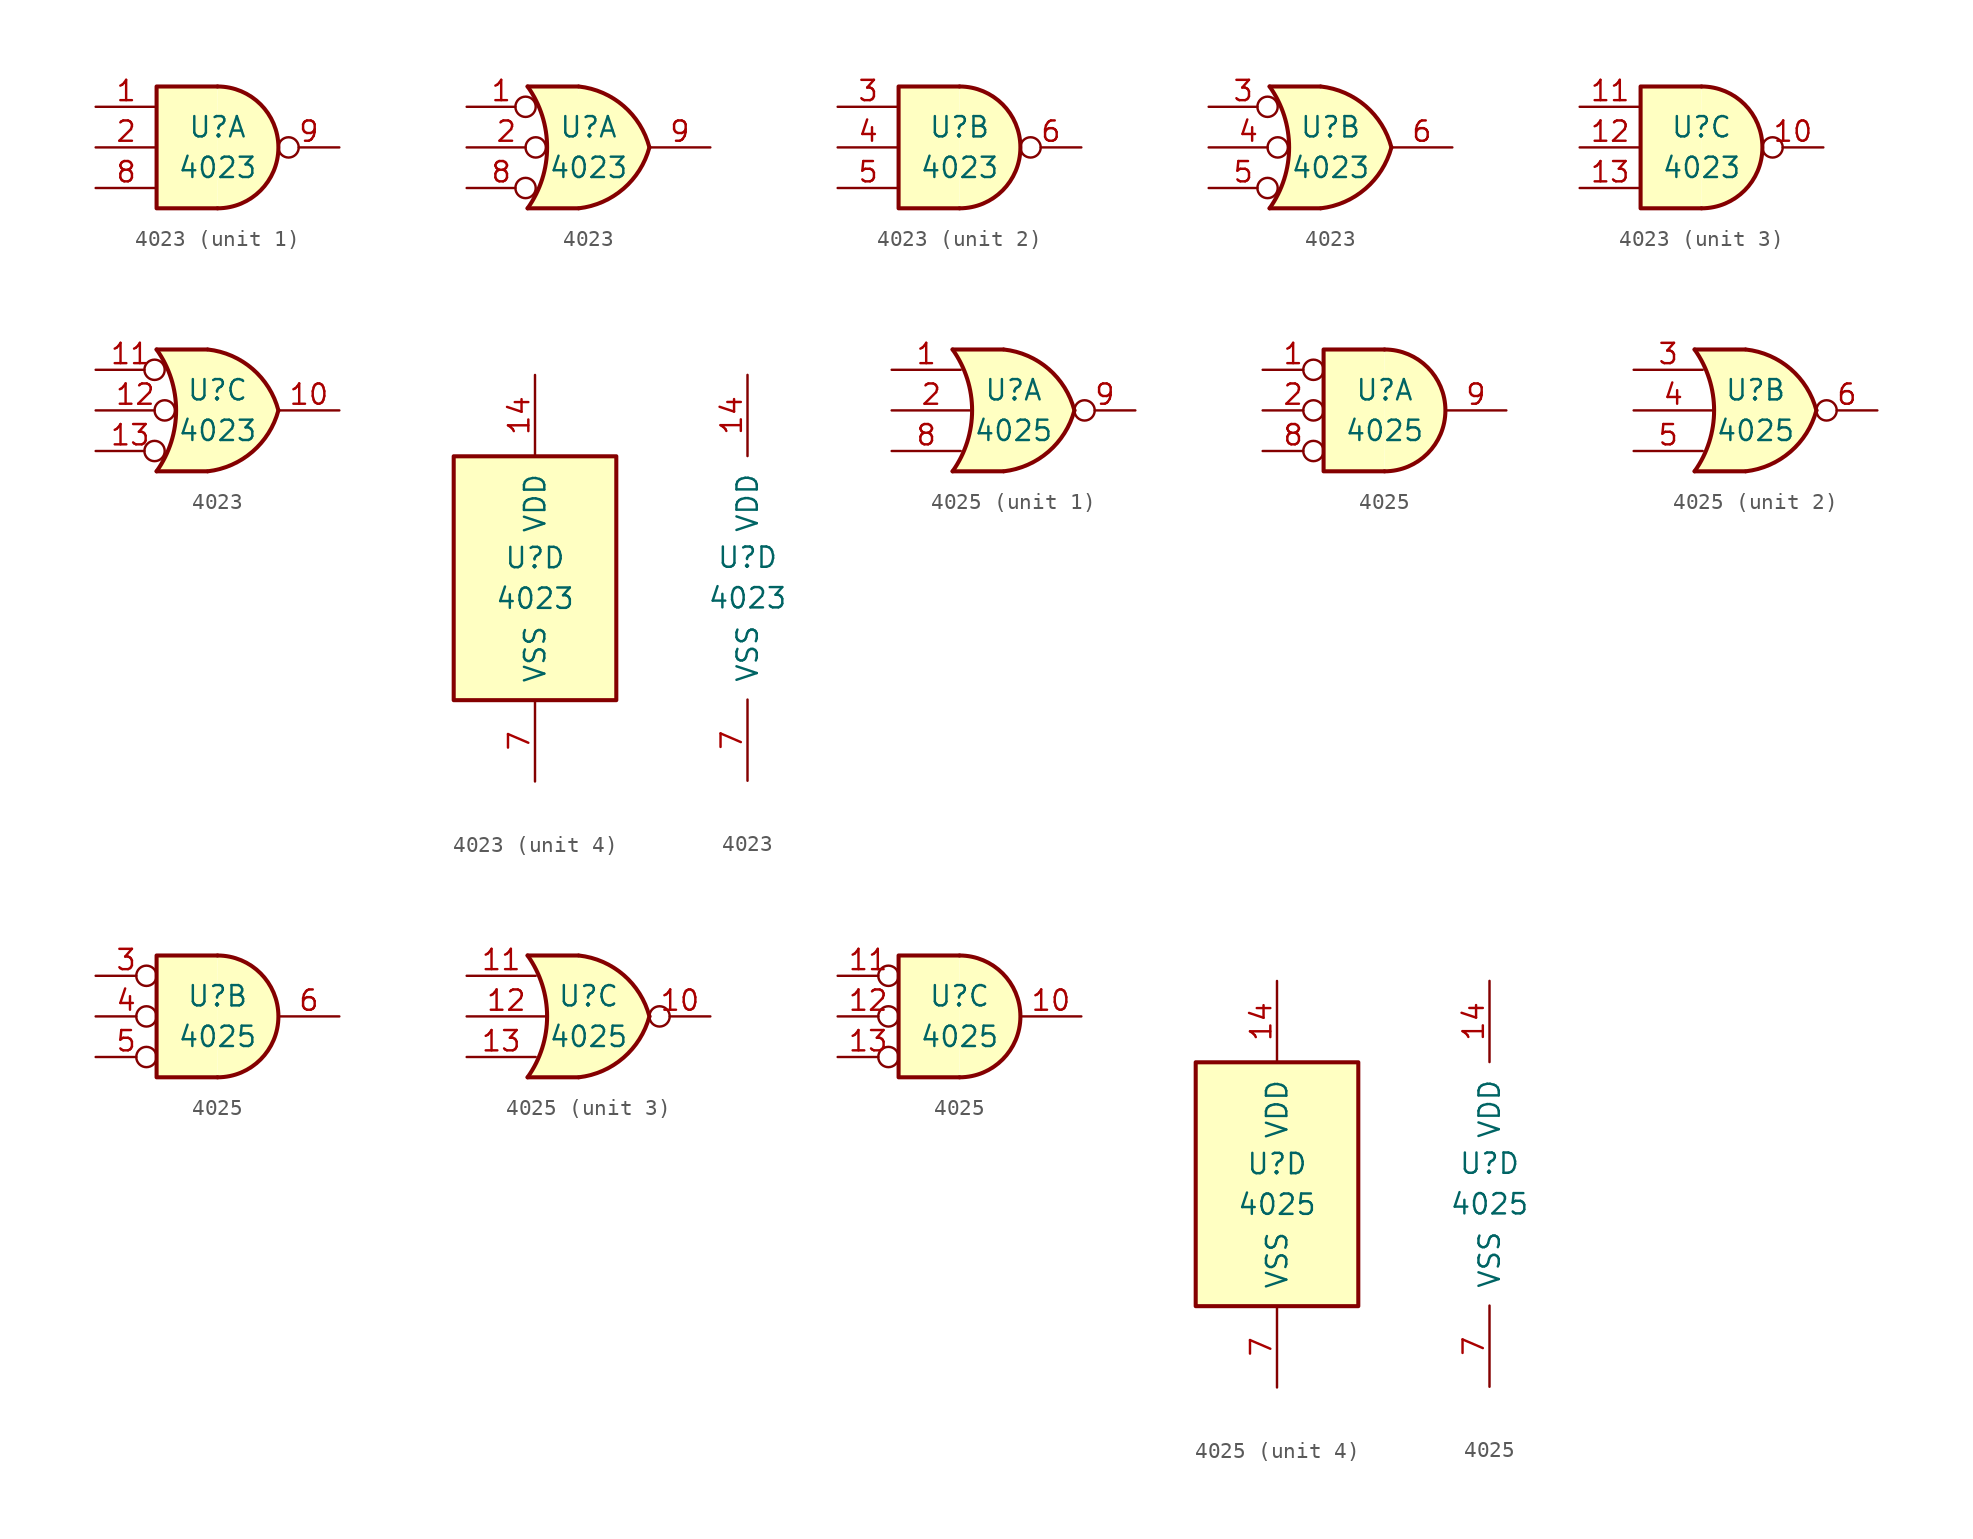
<source format=kicad_sym>
(kicad_symbol_lib
  (version 20241209)
  (generator "kicad_symbol_editor")
  (generator_version "9.0")
  (symbol "4023"
    (pin_names
      (offset 1.016))
    (property "Reference" "U"
      (at 0 1.27 0)
      (effects (font (size 1.27 1.27))))
    (property "Value" "4023"
      (at 0 -1.27 0)
      (effects (font (size 1.27 1.27))))
    (property "ki_locked" ""
      (at 0 0 0)
      (effects (font (size 1.27 1.27))))
    (symbol "4023_1_1"
      (arc (start 0 3.81) (mid 3.7934 0) (end 0 -3.81) (stroke (width 0.254) (type default)) (fill (type background)))
      (polyline (pts (xy 0 3.81) (xy -3.81 3.81) (xy -3.81 -3.81) (xy 0 -3.81)) (stroke (width 0.254) (type default)) (fill (type background)))
      (pin input line (at -7.62 2.54 0) (length 3.81) (name "~" (effects (font (size 1.27 1.27)))) (number "1" (effects (font (size 1.27 1.27)))))
      (pin input line (at -7.62 0 0) (length 3.81) (name "~" (effects (font (size 1.27 1.27)))) (number "2" (effects (font (size 1.27 1.27)))))
      (pin input line (at -7.62 -2.54 0) (length 3.81) (name "~" (effects (font (size 1.27 1.27)))) (number "8" (effects (font (size 1.27 1.27)))))
      (pin output inverted (at 7.62 0 180) (length 3.81) (name "~" (effects (font (size 1.27 1.27)))) (number "9" (effects (font (size 1.27 1.27))))))
    (symbol "4023_1_2"
      (arc (start -3.81 3.81) (mid -2.589 0) (end -3.81 -3.81) (stroke (width 0.254) (type default)) (fill (type none)))
      (polyline (pts (xy -3.81 3.81) (xy -0.635 3.81)) (stroke (width 0.254) (type default)) (fill (type background)))
      (polyline (pts (xy -3.81 -3.81) (xy -0.635 -3.81)) (stroke (width 0.254) (type default)) (fill (type background)))
      (arc (start 3.81 0) (mid 2.1855 -2.584) (end -0.6096 -3.81) (stroke (width 0.254) (type default)) (fill (type background)))
      (arc (start -0.6096 3.81) (mid 2.1928 2.5924) (end 3.81 0) (stroke (width 0.254) (type default)) (fill (type background)))
      (polyline (pts (xy -0.635 3.81) (xy -3.81 3.81) (xy -3.81 3.81) (xy -3.556 3.404) (xy -3.023 2.261) (xy -2.692 1.041) (xy -2.616 -0.254) (xy -2.769 -1.499) (xy -3.175 -2.718) (xy -3.81 -3.81) (xy -3.81 -3.81) (xy -0.635 -3.81)) (stroke (width -25.4) (type default)) (fill (type background)))
      (pin input inverted (at -7.62 2.54 0) (length 4.318) (name "~" (effects (font (size 1.27 1.27)))) (number "1" (effects (font (size 1.27 1.27)))))
      (pin input inverted (at -7.62 0 0) (length 4.953) (name "~" (effects (font (size 1.27 1.27)))) (number "2" (effects (font (size 1.27 1.27)))))
      (pin input inverted (at -7.62 -2.54 0) (length 4.318) (name "~" (effects (font (size 1.27 1.27)))) (number "8" (effects (font (size 1.27 1.27)))))
      (pin output line (at 7.62 0 180) (length 3.81) (name "~" (effects (font (size 1.27 1.27)))) (number "9" (effects (font (size 1.27 1.27))))))
    (symbol "4023_2_1"
      (arc (start 0 3.81) (mid 3.7934 0) (end 0 -3.81) (stroke (width 0.254) (type default)) (fill (type background)))
      (polyline (pts (xy 0 3.81) (xy -3.81 3.81) (xy -3.81 -3.81) (xy 0 -3.81)) (stroke (width 0.254) (type default)) (fill (type background)))
      (pin input line (at -7.62 2.54 0) (length 3.81) (name "~" (effects (font (size 1.27 1.27)))) (number "3" (effects (font (size 1.27 1.27)))))
      (pin input line (at -7.62 0 0) (length 3.81) (name "~" (effects (font (size 1.27 1.27)))) (number "4" (effects (font (size 1.27 1.27)))))
      (pin input line (at -7.62 -2.54 0) (length 3.81) (name "~" (effects (font (size 1.27 1.27)))) (number "5" (effects (font (size 1.27 1.27)))))
      (pin output inverted (at 7.62 0 180) (length 3.81) (name "~" (effects (font (size 1.27 1.27)))) (number "6" (effects (font (size 1.27 1.27))))))
    (symbol "4023_2_2"
      (arc (start -3.81 3.81) (mid -2.589 0) (end -3.81 -3.81) (stroke (width 0.254) (type default)) (fill (type none)))
      (polyline (pts (xy -3.81 3.81) (xy -0.635 3.81)) (stroke (width 0.254) (type default)) (fill (type background)))
      (polyline (pts (xy -3.81 -3.81) (xy -0.635 -3.81)) (stroke (width 0.254) (type default)) (fill (type background)))
      (arc (start 3.81 0) (mid 2.1855 -2.584) (end -0.6096 -3.81) (stroke (width 0.254) (type default)) (fill (type background)))
      (arc (start -0.6096 3.81) (mid 2.1928 2.5924) (end 3.81 0) (stroke (width 0.254) (type default)) (fill (type background)))
      (polyline (pts (xy -0.635 3.81) (xy -3.81 3.81) (xy -3.81 3.81) (xy -3.556 3.404) (xy -3.023 2.261) (xy -2.692 1.041) (xy -2.616 -0.254) (xy -2.769 -1.499) (xy -3.175 -2.718) (xy -3.81 -3.81) (xy -3.81 -3.81) (xy -0.635 -3.81)) (stroke (width -25.4) (type default)) (fill (type background)))
      (pin input inverted (at -7.62 2.54 0) (length 4.318) (name "~" (effects (font (size 1.27 1.27)))) (number "3" (effects (font (size 1.27 1.27)))))
      (pin input inverted (at -7.62 0 0) (length 4.953) (name "~" (effects (font (size 1.27 1.27)))) (number "4" (effects (font (size 1.27 1.27)))))
      (pin input inverted (at -7.62 -2.54 0) (length 4.318) (name "~" (effects (font (size 1.27 1.27)))) (number "5" (effects (font (size 1.27 1.27)))))
      (pin output line (at 7.62 0 180) (length 3.81) (name "~" (effects (font (size 1.27 1.27)))) (number "6" (effects (font (size 1.27 1.27))))))
    (symbol "4023_3_1"
      (arc (start 0 3.81) (mid 3.7934 0) (end 0 -3.81) (stroke (width 0.254) (type default)) (fill (type background)))
      (polyline (pts (xy 0 3.81) (xy -3.81 3.81) (xy -3.81 -3.81) (xy 0 -3.81)) (stroke (width 0.254) (type default)) (fill (type background)))
      (pin input line (at -7.62 2.54 0) (length 3.81) (name "~" (effects (font (size 1.27 1.27)))) (number "11" (effects (font (size 1.27 1.27)))))
      (pin input line (at -7.62 0 0) (length 3.81) (name "~" (effects (font (size 1.27 1.27)))) (number "12" (effects (font (size 1.27 1.27)))))
      (pin input line (at -7.62 -2.54 0) (length 3.81) (name "~" (effects (font (size 1.27 1.27)))) (number "13" (effects (font (size 1.27 1.27)))))
      (pin output inverted (at 7.62 0 180) (length 3.81) (name "~" (effects (font (size 1.27 1.27)))) (number "10" (effects (font (size 1.27 1.27))))))
    (symbol "4023_3_2"
      (arc (start -3.81 3.81) (mid -2.589 0) (end -3.81 -3.81) (stroke (width 0.254) (type default)) (fill (type none)))
      (polyline (pts (xy -3.81 3.81) (xy -0.635 3.81)) (stroke (width 0.254) (type default)) (fill (type background)))
      (polyline (pts (xy -3.81 -3.81) (xy -0.635 -3.81)) (stroke (width 0.254) (type default)) (fill (type background)))
      (arc (start 3.81 0) (mid 2.1855 -2.584) (end -0.6096 -3.81) (stroke (width 0.254) (type default)) (fill (type background)))
      (arc (start -0.6096 3.81) (mid 2.1928 2.5924) (end 3.81 0) (stroke (width 0.254) (type default)) (fill (type background)))
      (polyline (pts (xy -0.635 3.81) (xy -3.81 3.81) (xy -3.81 3.81) (xy -3.556 3.404) (xy -3.023 2.261) (xy -2.692 1.041) (xy -2.616 -0.254) (xy -2.769 -1.499) (xy -3.175 -2.718) (xy -3.81 -3.81) (xy -3.81 -3.81) (xy -0.635 -3.81)) (stroke (width -25.4) (type default)) (fill (type background)))
      (pin input inverted (at -7.62 2.54 0) (length 4.318) (name "~" (effects (font (size 1.27 1.27)))) (number "11" (effects (font (size 1.27 1.27)))))
      (pin input inverted (at -7.62 0 0) (length 4.953) (name "~" (effects (font (size 1.27 1.27)))) (number "12" (effects (font (size 1.27 1.27)))))
      (pin input inverted (at -7.62 -2.54 0) (length 4.318) (name "~" (effects (font (size 1.27 1.27)))) (number "13" (effects (font (size 1.27 1.27)))))
      (pin output line (at 7.62 0 180) (length 3.81) (name "~" (effects (font (size 1.27 1.27)))) (number "10" (effects (font (size 1.27 1.27))))))
    (symbol "4023_4_0"
      (pin power_in line (at 0 12.7 270) (length 5.08) (name "VDD" (effects (font (size 1.27 1.27)))) (number "14" (effects (font (size 1.27 1.27)))))
      (pin power_in line (at 0 -12.7 90) (length 5.08) (name "VSS" (effects (font (size 1.27 1.27)))) (number "7" (effects (font (size 1.27 1.27))))))
    (symbol "4023_4_1"
      (rectangle (start -5.08 7.62) (end 5.08 -7.62) (stroke (width 0.254) (type default)) (fill (type background)))))
  (symbol "4025"
    (pin_names
      (offset 1.016))
    (property "Reference" "U"
      (at 0 1.27 0)
      (effects (font (size 1.27 1.27))))
    (property "Value" "4025"
      (at 0 -1.27 0)
      (effects (font (size 1.27 1.27))))
    (property "ki_locked" ""
      (at 0 0 0)
      (effects (font (size 1.27 1.27))))
    (symbol "4025_1_1"
      (arc (start -3.81 3.81) (mid -2.589 0) (end -3.81 -3.81) (stroke (width 0.254) (type default)) (fill (type none)))
      (polyline (pts (xy -3.81 3.81) (xy -0.635 3.81)) (stroke (width 0.254) (type default)) (fill (type background)))
      (polyline (pts (xy -3.81 -3.81) (xy -0.635 -3.81)) (stroke (width 0.254) (type default)) (fill (type background)))
      (arc (start 3.81 0) (mid 2.1855 -2.584) (end -0.6096 -3.81) (stroke (width 0.254) (type default)) (fill (type background)))
      (arc (start -0.6096 3.81) (mid 2.1928 2.5924) (end 3.81 0) (stroke (width 0.254) (type default)) (fill (type background)))
      (polyline (pts (xy -0.635 3.81) (xy -3.81 3.81) (xy -3.81 3.81) (xy -3.556 3.404) (xy -3.023 2.261) (xy -2.692 1.041) (xy -2.616 -0.254) (xy -2.769 -1.499) (xy -3.175 -2.718) (xy -3.81 -3.81) (xy -3.81 -3.81) (xy -0.635 -3.81)) (stroke (width -25.4) (type default)) (fill (type background)))
      (pin input line (at -7.62 2.54 0) (length 4.318) (name "~" (effects (font (size 1.27 1.27)))) (number "1" (effects (font (size 1.27 1.27)))))
      (pin input line (at -7.62 0 0) (length 4.953) (name "~" (effects (font (size 1.27 1.27)))) (number "2" (effects (font (size 1.27 1.27)))))
      (pin input line (at -7.62 -2.54 0) (length 4.318) (name "~" (effects (font (size 1.27 1.27)))) (number "8" (effects (font (size 1.27 1.27)))))
      (pin output inverted (at 7.62 0 180) (length 3.81) (name "~" (effects (font (size 1.27 1.27)))) (number "9" (effects (font (size 1.27 1.27))))))
    (symbol "4025_1_2"
      (arc (start 0 3.81) (mid 3.7934 0) (end 0 -3.81) (stroke (width 0.254) (type default)) (fill (type background)))
      (polyline (pts (xy 0 3.81) (xy -3.81 3.81) (xy -3.81 -3.81) (xy 0 -3.81)) (stroke (width 0.254) (type default)) (fill (type background)))
      (pin input inverted (at -7.62 2.54 0) (length 3.81) (name "~" (effects (font (size 1.27 1.27)))) (number "1" (effects (font (size 1.27 1.27)))))
      (pin input inverted (at -7.62 0 0) (length 3.81) (name "~" (effects (font (size 1.27 1.27)))) (number "2" (effects (font (size 1.27 1.27)))))
      (pin input inverted (at -7.62 -2.54 0) (length 3.81) (name "~" (effects (font (size 1.27 1.27)))) (number "8" (effects (font (size 1.27 1.27)))))
      (pin output line (at 7.62 0 180) (length 3.81) (name "~" (effects (font (size 1.27 1.27)))) (number "9" (effects (font (size 1.27 1.27))))))
    (symbol "4025_2_1"
      (arc (start -3.81 3.81) (mid -2.589 0) (end -3.81 -3.81) (stroke (width 0.254) (type default)) (fill (type none)))
      (polyline (pts (xy -3.81 3.81) (xy -0.635 3.81)) (stroke (width 0.254) (type default)) (fill (type background)))
      (polyline (pts (xy -3.81 -3.81) (xy -0.635 -3.81)) (stroke (width 0.254) (type default)) (fill (type background)))
      (arc (start 3.81 0) (mid 2.1855 -2.584) (end -0.6096 -3.81) (stroke (width 0.254) (type default)) (fill (type background)))
      (arc (start -0.6096 3.81) (mid 2.1928 2.5924) (end 3.81 0) (stroke (width 0.254) (type default)) (fill (type background)))
      (polyline (pts (xy -0.635 3.81) (xy -3.81 3.81) (xy -3.81 3.81) (xy -3.556 3.404) (xy -3.023 2.261) (xy -2.692 1.041) (xy -2.616 -0.254) (xy -2.769 -1.499) (xy -3.175 -2.718) (xy -3.81 -3.81) (xy -3.81 -3.81) (xy -0.635 -3.81)) (stroke (width -25.4) (type default)) (fill (type background)))
      (pin input line (at -7.62 2.54 0) (length 4.318) (name "~" (effects (font (size 1.27 1.27)))) (number "3" (effects (font (size 1.27 1.27)))))
      (pin input line (at -7.62 0 0) (length 4.953) (name "~" (effects (font (size 1.27 1.27)))) (number "4" (effects (font (size 1.27 1.27)))))
      (pin input line (at -7.62 -2.54 0) (length 4.318) (name "~" (effects (font (size 1.27 1.27)))) (number "5" (effects (font (size 1.27 1.27)))))
      (pin output inverted (at 7.62 0 180) (length 3.81) (name "~" (effects (font (size 1.27 1.27)))) (number "6" (effects (font (size 1.27 1.27))))))
    (symbol "4025_2_2"
      (arc (start 0 3.81) (mid 3.7934 0) (end 0 -3.81) (stroke (width 0.254) (type default)) (fill (type background)))
      (polyline (pts (xy 0 3.81) (xy -3.81 3.81) (xy -3.81 -3.81) (xy 0 -3.81)) (stroke (width 0.254) (type default)) (fill (type background)))
      (pin input inverted (at -7.62 2.54 0) (length 3.81) (name "~" (effects (font (size 1.27 1.27)))) (number "3" (effects (font (size 1.27 1.27)))))
      (pin input inverted (at -7.62 0 0) (length 3.81) (name "~" (effects (font (size 1.27 1.27)))) (number "4" (effects (font (size 1.27 1.27)))))
      (pin input inverted (at -7.62 -2.54 0) (length 3.81) (name "~" (effects (font (size 1.27 1.27)))) (number "5" (effects (font (size 1.27 1.27)))))
      (pin output line (at 7.62 0 180) (length 3.81) (name "~" (effects (font (size 1.27 1.27)))) (number "6" (effects (font (size 1.27 1.27))))))
    (symbol "4025_3_1"
      (arc (start -3.81 3.81) (mid -2.589 0) (end -3.81 -3.81) (stroke (width 0.254) (type default)) (fill (type none)))
      (polyline (pts (xy -3.81 3.81) (xy -0.635 3.81)) (stroke (width 0.254) (type default)) (fill (type background)))
      (polyline (pts (xy -3.81 -3.81) (xy -0.635 -3.81)) (stroke (width 0.254) (type default)) (fill (type background)))
      (arc (start 3.81 0) (mid 2.1855 -2.584) (end -0.6096 -3.81) (stroke (width 0.254) (type default)) (fill (type background)))
      (arc (start -0.6096 3.81) (mid 2.1928 2.5924) (end 3.81 0) (stroke (width 0.254) (type default)) (fill (type background)))
      (polyline (pts (xy -0.635 3.81) (xy -3.81 3.81) (xy -3.81 3.81) (xy -3.556 3.404) (xy -3.023 2.261) (xy -2.692 1.041) (xy -2.616 -0.254) (xy -2.769 -1.499) (xy -3.175 -2.718) (xy -3.81 -3.81) (xy -3.81 -3.81) (xy -0.635 -3.81)) (stroke (width -25.4) (type default)) (fill (type background)))
      (pin input line (at -7.62 2.54 0) (length 4.318) (name "~" (effects (font (size 1.27 1.27)))) (number "11" (effects (font (size 1.27 1.27)))))
      (pin input line (at -7.62 0 0) (length 4.953) (name "~" (effects (font (size 1.27 1.27)))) (number "12" (effects (font (size 1.27 1.27)))))
      (pin input line (at -7.62 -2.54 0) (length 4.318) (name "~" (effects (font (size 1.27 1.27)))) (number "13" (effects (font (size 1.27 1.27)))))
      (pin output inverted (at 7.62 0 180) (length 3.81) (name "~" (effects (font (size 1.27 1.27)))) (number "10" (effects (font (size 1.27 1.27))))))
    (symbol "4025_3_2"
      (arc (start 0 3.81) (mid 3.7934 0) (end 0 -3.81) (stroke (width 0.254) (type default)) (fill (type background)))
      (polyline (pts (xy 0 3.81) (xy -3.81 3.81) (xy -3.81 -3.81) (xy 0 -3.81)) (stroke (width 0.254) (type default)) (fill (type background)))
      (pin input inverted (at -7.62 2.54 0) (length 3.81) (name "~" (effects (font (size 1.27 1.27)))) (number "11" (effects (font (size 1.27 1.27)))))
      (pin input inverted (at -7.62 0 0) (length 3.81) (name "~" (effects (font (size 1.27 1.27)))) (number "12" (effects (font (size 1.27 1.27)))))
      (pin input inverted (at -7.62 -2.54 0) (length 3.81) (name "~" (effects (font (size 1.27 1.27)))) (number "13" (effects (font (size 1.27 1.27)))))
      (pin output line (at 7.62 0 180) (length 3.81) (name "~" (effects (font (size 1.27 1.27)))) (number "10" (effects (font (size 1.27 1.27))))))
    (symbol "4025_4_0"
      (pin power_in line (at 0 12.7 270) (length 5.08) (name "VDD" (effects (font (size 1.27 1.27)))) (number "14" (effects (font (size 1.27 1.27)))))
      (pin power_in line (at 0 -12.7 90) (length 5.08) (name "VSS" (effects (font (size 1.27 1.27)))) (number "7" (effects (font (size 1.27 1.27))))))
    (symbol "4025_4_1"
      (rectangle (start -5.08 7.62) (end 5.08 -7.62) (stroke (width 0.254) (type default)) (fill (type background))))))
</source>
